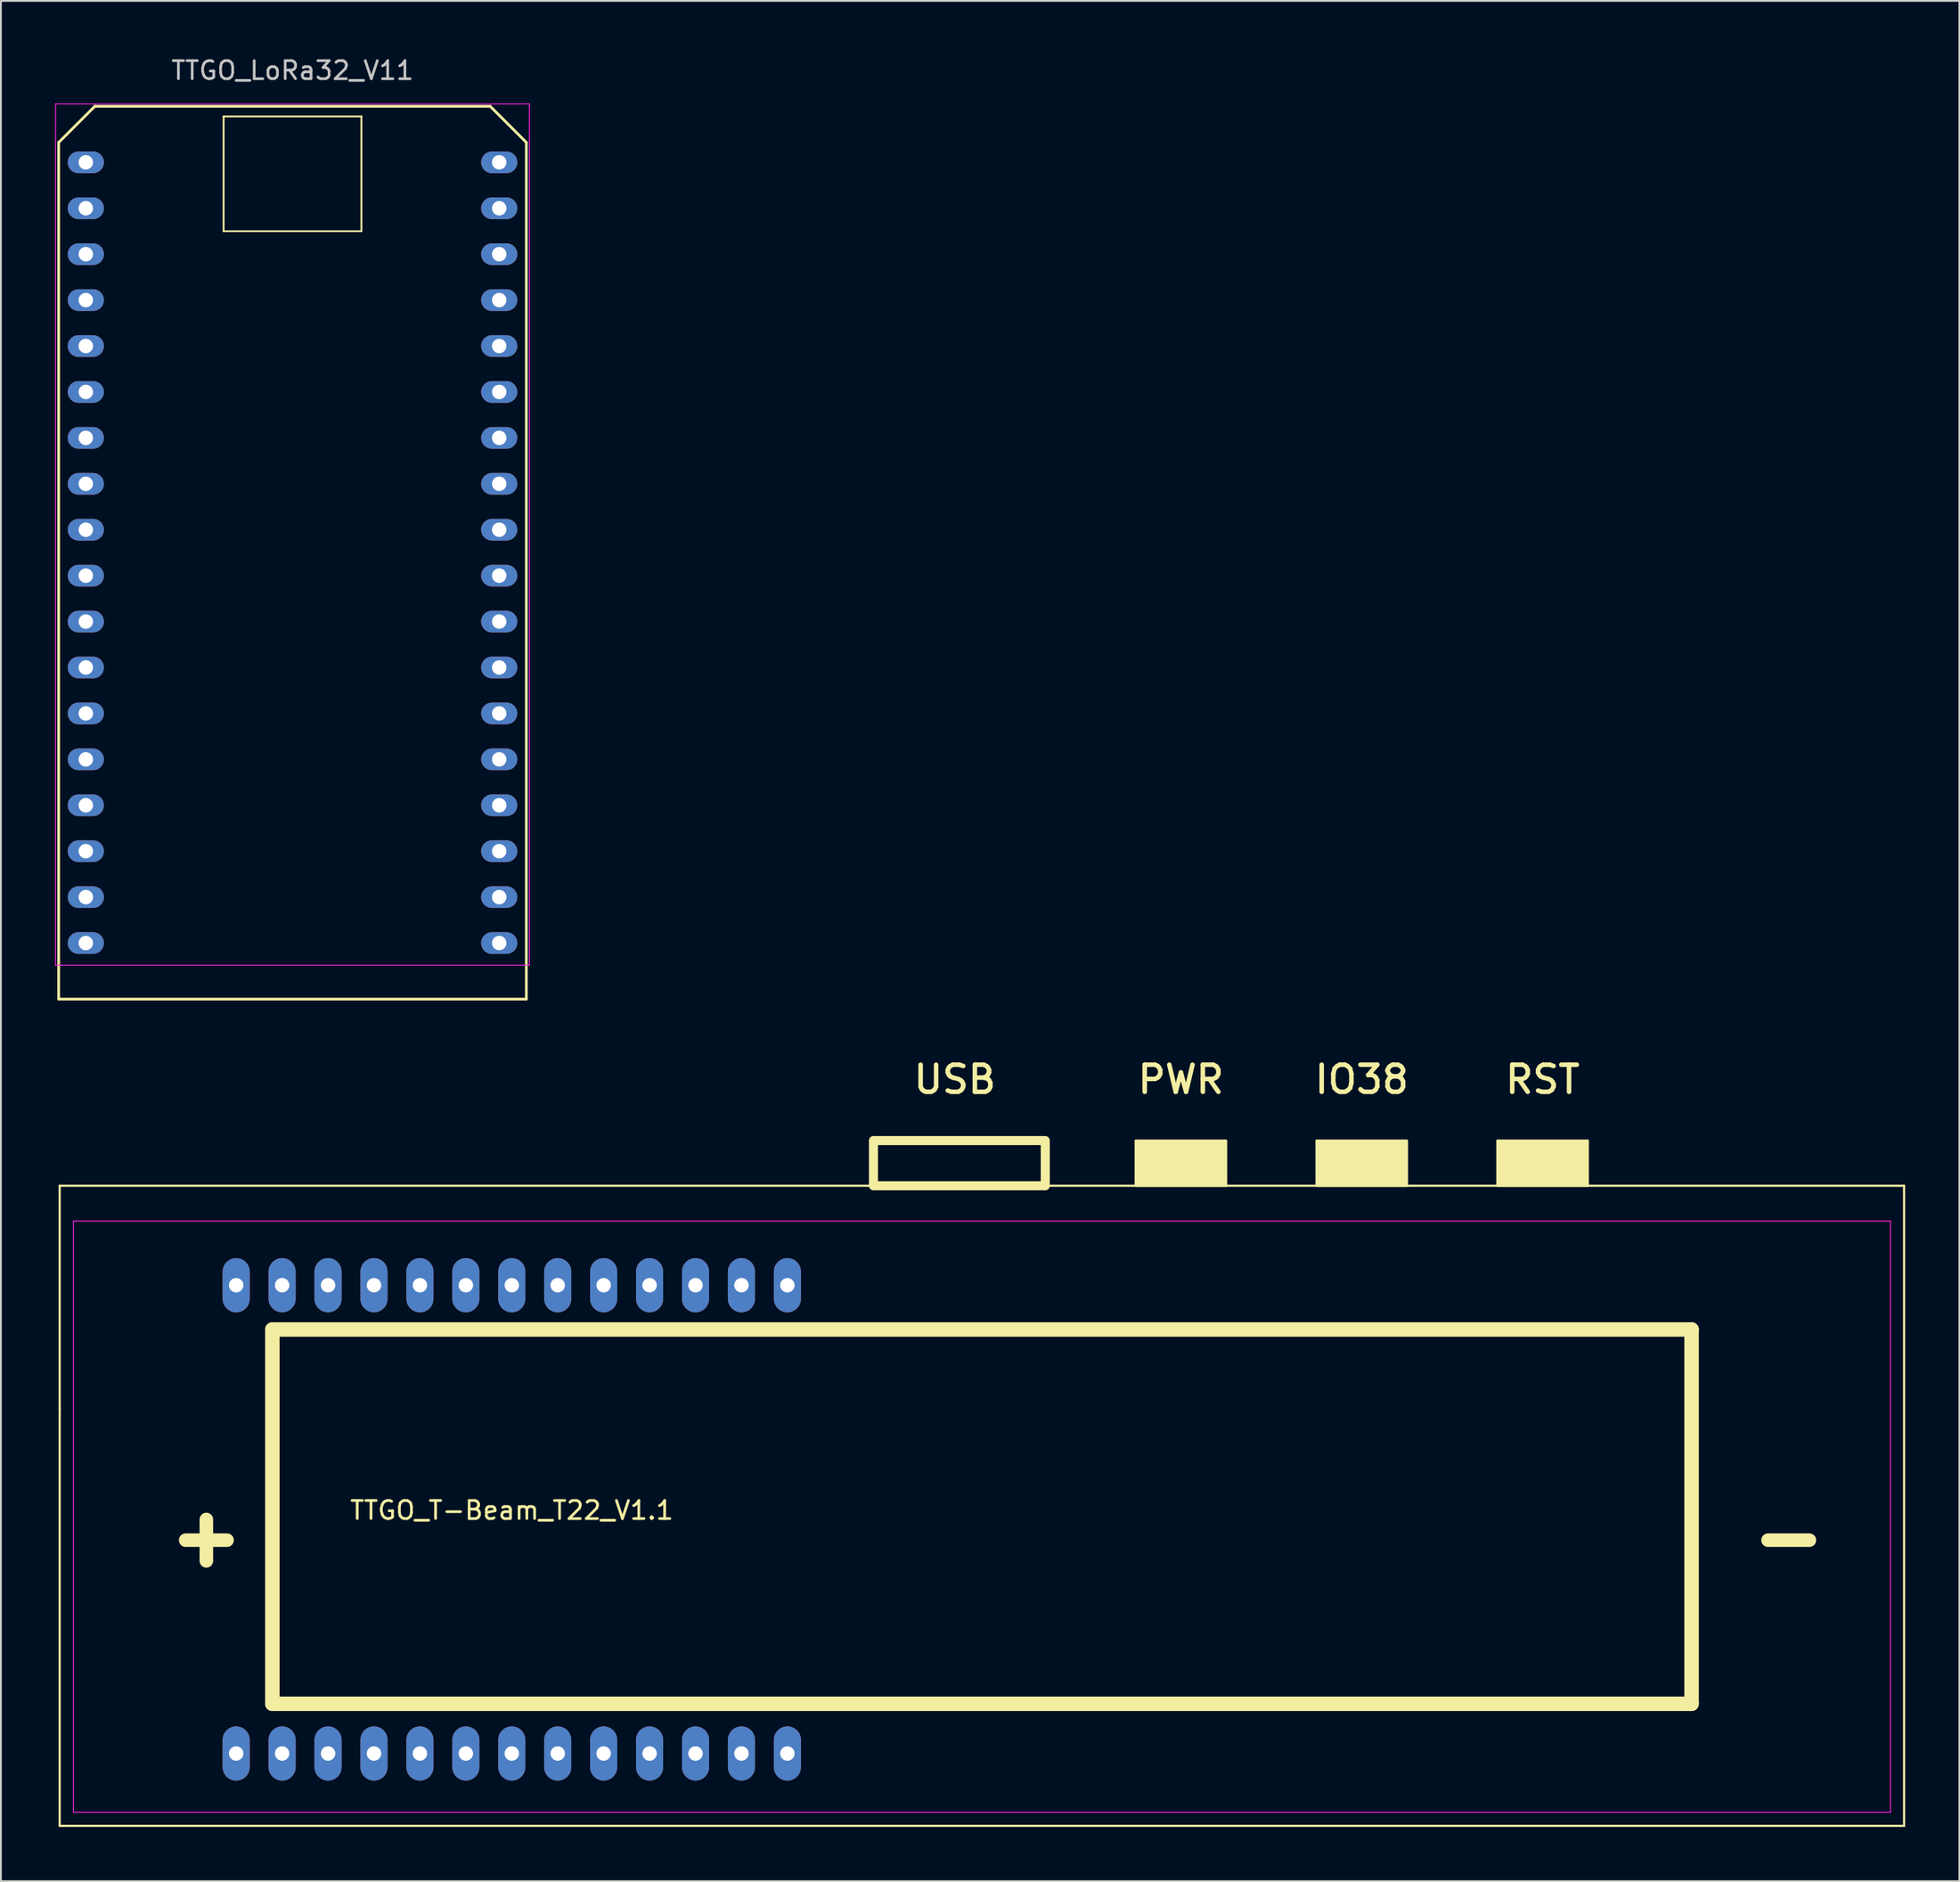
<source format=kicad_pcb>
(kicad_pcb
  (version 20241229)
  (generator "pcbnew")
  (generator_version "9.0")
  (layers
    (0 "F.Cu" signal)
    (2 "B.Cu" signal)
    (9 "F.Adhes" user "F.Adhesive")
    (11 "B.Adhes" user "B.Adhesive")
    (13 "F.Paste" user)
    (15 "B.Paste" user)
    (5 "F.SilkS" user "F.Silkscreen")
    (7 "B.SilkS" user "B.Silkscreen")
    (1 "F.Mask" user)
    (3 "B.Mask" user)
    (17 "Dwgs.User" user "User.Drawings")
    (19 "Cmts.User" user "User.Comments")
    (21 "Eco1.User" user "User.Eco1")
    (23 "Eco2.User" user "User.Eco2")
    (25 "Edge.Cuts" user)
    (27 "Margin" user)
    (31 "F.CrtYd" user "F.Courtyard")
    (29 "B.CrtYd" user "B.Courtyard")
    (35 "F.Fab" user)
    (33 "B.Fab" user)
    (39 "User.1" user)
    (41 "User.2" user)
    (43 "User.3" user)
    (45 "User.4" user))
  (footprint "TTGO_LoRa32_V11"
    (layer "F.Cu")
    (at 13.125 26.248)
    (property "Reference" "TTGO_LoRa32_V11" (at 0 -25.4 0) (layer "Dwgs.User") (effects (font (size 1 1) (thickness 0.15))))
    (attr through_hole)
    (fp_line (start -12.93 25.96) (end 12.93 25.96) (stroke (width 0.15) (type solid)) (layer "F.SilkS"))
    (fp_line (start -12.93 -21.42) (end -12.93 25.96) (stroke (width 0.15) (type solid)) (layer "F.SilkS"))
    (fp_line (start -10.93 -23.42) (end -12.93 -21.42) (stroke (width 0.15) (type solid)) (layer "F.SilkS"))
    (fp_line (start -3.81 -22.86) (end 3.81 -22.86) (stroke (width 0.1) (type solid)) (layer "F.SilkS"))
    (fp_line (start -3.81 -16.51) (end -3.81 -22.86) (stroke (width 0.1) (type solid)) (layer "F.SilkS"))
    (fp_line (start 3.81 -22.86) (end 3.81 -16.51) (stroke (width 0.1) (type solid)) (layer "F.SilkS"))
    (fp_line (start 3.81 -16.51) (end -3.81 -16.51) (stroke (width 0.1) (type solid)) (layer "F.SilkS"))
    (fp_line (start 10.93 -23.42) (end -10.93 -23.42) (stroke (width 0.15) (type solid)) (layer "F.SilkS"))
    (fp_line (start 10.93 -23.42) (end 12.93 -21.42) (stroke (width 0.15) (type solid)) (layer "F.SilkS"))
    (fp_line (start 12.93 25.96) (end 12.93 -21.42) (stroke (width 0.15) (type solid)) (layer "F.SilkS"))
    (fp_line (start -13.1 -23.55) (end 13.1 -23.55) (stroke (width 0.05) (type solid)) (layer "F.CrtYd"))
    (fp_line (start -13.1 24.09) (end -13.1 -23.55) (stroke (width 0.05) (type solid)) (layer "F.CrtYd"))
    (fp_line (start 13.1 -23.55) (end 13.1 24.09) (stroke (width 0.05) (type solid)) (layer "F.CrtYd"))
    (fp_line (start 13.1 24.09) (end -13.1 24.09) (stroke (width 0.05) (type solid)) (layer "F.CrtYd"))
    (pad "1" thru_hole oval (at -11.43 -20.32 270) (size 1.2 2) (drill 0.8) (layers "*.Cu" "*.Mask"))
    (pad "2" thru_hole oval (at -11.43 -17.78 270) (size 1.2 2) (drill 0.8) (layers "*.Cu" "*.Mask"))
    (pad "3" thru_hole oval (at -11.43 -15.24 270) (size 1.2 2) (drill 0.8) (layers "*.Cu" "*.Mask"))
    (pad "4" thru_hole oval (at -11.43 -12.7 270) (size 1.2 2) (drill 0.8) (layers "*.Cu" "*.Mask"))
    (pad "5" thru_hole oval (at -11.43 -10.16 270) (size 1.2 2) (drill 0.8) (layers "*.Cu" "*.Mask"))
    (pad "6" thru_hole oval (at -11.43 -7.62 270) (size 1.2 2) (drill 0.8) (layers "*.Cu" "*.Mask"))
    (pad "7" thru_hole oval (at -11.43 -5.08 270) (size 1.2 2) (drill 0.8) (layers "*.Cu" "*.Mask"))
    (pad "8" thru_hole oval (at -11.43 -2.54 270) (size 1.2 2) (drill 0.8) (layers "*.Cu" "*.Mask"))
    (pad "9" thru_hole oval (at -11.43 0 270) (size 1.2 2) (drill 0.8) (layers "*.Cu" "*.Mask"))
    (pad "10" thru_hole oval (at -11.43 2.54 270) (size 1.2 2) (drill 0.8) (layers "*.Cu" "*.Mask"))
    (pad "11" thru_hole oval (at -11.43 5.08 270) (size 1.2 2) (drill 0.8) (layers "*.Cu" "*.Mask"))
    (pad "12" thru_hole oval (at -11.43 7.62 270) (size 1.2 2) (drill 0.8) (layers "*.Cu" "*.Mask"))
    (pad "13" thru_hole oval (at -11.43 10.16 270) (size 1.2 2) (drill 0.8) (layers "*.Cu" "*.Mask"))
    (pad "14" thru_hole oval (at -11.43 12.7 270) (size 1.2 2) (drill 0.8) (layers "*.Cu" "*.Mask"))
    (pad "15" thru_hole oval (at -11.43 15.24 270) (size 1.2 2) (drill 0.8) (layers "*.Cu" "*.Mask"))
    (pad "16" thru_hole oval (at -11.43 17.78 270) (size 1.2 2) (drill 0.8) (layers "*.Cu" "*.Mask"))
    (pad "17" thru_hole oval (at -11.43 20.32 270) (size 1.2 2) (drill 0.8) (layers "*.Cu" "*.Mask"))
    (pad "18" thru_hole oval (at -11.43 22.86 270) (size 1.2 2) (drill 0.8) (layers "*.Cu" "*.Mask"))
    (pad "19" thru_hole oval (at 11.43 22.86 270) (size 1.2 2) (drill 0.8) (layers "*.Cu" "*.Mask"))
    (pad "20" thru_hole oval (at 11.43 20.32 270) (size 1.2 2) (drill 0.8) (layers "*.Cu" "*.Mask"))
    (pad "21" thru_hole oval (at 11.43 17.78 270) (size 1.2 2) (drill 0.8) (layers "*.Cu" "*.Mask"))
    (pad "22" thru_hole oval (at 11.43 15.24 270) (size 1.2 2) (drill 0.8) (layers "*.Cu" "*.Mask"))
    (pad "23" thru_hole oval (at 11.43 12.7 270) (size 1.2 2) (drill 0.8) (layers "*.Cu" "*.Mask"))
    (pad "24" thru_hole oval (at 11.43 10.16 270) (size 1.2 2) (drill 0.8) (layers "*.Cu" "*.Mask"))
    (pad "25" thru_hole oval (at 11.43 7.62 270) (size 1.2 2) (drill 0.8) (layers "*.Cu" "*.Mask"))
    (pad "26" thru_hole oval (at 11.43 5.08 270) (size 1.2 2) (drill 0.8) (layers "*.Cu" "*.Mask"))
    (pad "27" thru_hole oval (at 11.43 2.54 270) (size 1.2 2) (drill 0.8) (layers "*.Cu" "*.Mask"))
    (pad "28" thru_hole oval (at 11.43 0 270) (size 1.2 2) (drill 0.8) (layers "*.Cu" "*.Mask"))
    (pad "29" thru_hole oval (at 11.43 -2.54 270) (size 1.2 2) (drill 0.8) (layers "*.Cu" "*.Mask"))
    (pad "30" thru_hole oval (at 11.43 -5.08 270) (size 1.2 2) (drill 0.8) (layers "*.Cu" "*.Mask"))
    (pad "31" thru_hole oval (at 11.43 -7.62 270) (size 1.2 2) (drill 0.8) (layers "*.Cu" "*.Mask"))
    (pad "32" thru_hole oval (at 11.43 -10.16 270) (size 1.2 2) (drill 0.8) (layers "*.Cu" "*.Mask"))
    (pad "33" thru_hole oval (at 11.43 -12.7 270) (size 1.2 2) (drill 0.8) (layers "*.Cu" "*.Mask"))
    (pad "34" thru_hole oval (at 11.43 -15.24 270) (size 1.2 2) (drill 0.8) (layers "*.Cu" "*.Mask"))
    (pad "35" thru_hole oval (at 11.43 -17.78 270) (size 1.2 2) (drill 0.8) (layers "*.Cu" "*.Mask"))
    (pad "36" thru_hole oval (at 11.43 -20.32 270) (size 1.2 2) (drill 0.8) (layers "*.Cu" "*.Mask")))
  (footprint "TTGO_T-Beam_T22_V1.1"
    (layer "F.Cu")
    (at 0.25 62.533)
    (property "Reference" "TTGO_T-Beam_T22_V1.1" (at 25 17.95 0) (unlocked yes) (layer "F.SilkS") (effects (font (size 1 1) (thickness 0.15))))
    (attr through_hole)
    (fp_line (start 0 0) (end 0 12.3) (stroke (width 0.12) (type default)) (layer "F.SilkS"))
    (fp_line (start 0 12.3) (end 0 35.4) (stroke (width 0.12) (type default)) (layer "F.SilkS"))
    (fp_line (start 0 35.4) (end 101.99 35.4) (stroke (width 0.12) (type default)) (layer "F.SilkS"))
    (fp_line (start 11.76 7.95) (end 11.76 28.65) (stroke (width 0.8) (type default)) (layer "F.SilkS"))
    (fp_line (start 11.76 28.65) (end 90.24 28.65) (stroke (width 0.8) (type default)) (layer "F.SilkS"))
    (fp_line (start 90.24 7.95) (end 11.76 7.95) (stroke (width 0.8) (type default)) (layer "F.SilkS"))
    (fp_line (start 90.24 7.95) (end 90.24 28.65) (stroke (width 0.8) (type default)) (layer "F.SilkS"))
    (fp_line (start 101.99 0) (end 0 0) (stroke (width 0.12) (type default)) (layer "F.SilkS"))
    (fp_line (start 101.99 35.4) (end 101.99 0) (stroke (width 0.12) (type default)) (layer "F.SilkS"))
    (fp_rect (start 54.5 0) (end 45 -2.5) (stroke (width 0.5) (type solid)) (fill no) (layer "F.SilkS"))
    (fp_rect (start 64.5 0) (end 59.5 -2.5) (stroke (width 0.12) (type solid)) (fill yes) (layer "F.SilkS"))
    (fp_rect (start 74.5 0) (end 69.5 -2.5) (stroke (width 0.12) (type solid)) (fill yes) (layer "F.SilkS"))
    (fp_rect (start 84.5 0) (end 79.5 -2.5) (stroke (width 0.12) (type solid)) (fill yes) (layer "F.SilkS"))
    (fp_line (start 0.76 34.65) (end 0.76 1.95) (stroke (width 0.05) (type default)) (layer "F.CrtYd"))
    (fp_line (start 0.76 34.65) (end 101.24 34.65) (stroke (width 0.05) (type default)) (layer "F.CrtYd"))
    (fp_line (start 101.24 1.95) (end 0.76 1.95) (stroke (width 0.05) (type default)) (layer "F.CrtYd"))
    (fp_line (start 101.24 1.95) (end 101.24 34.65) (stroke (width 0.05) (type default)) (layer "F.CrtYd"))
    (fp_text user "USB" (at 49.5 -5 0) (unlocked yes) (layer "F.SilkS") (effects (font (size 1.5 1.5) (thickness 0.25) (bold yes)) (justify bottom)))
    (fp_text user "PWR" (at 62 -5 0) (unlocked yes) (layer "F.SilkS") (effects (font (size 1.5 1.5) (thickness 0.25) (bold yes)) (justify bottom)))
    (fp_text user "-" (at 93.26 21.15 0) (unlocked yes) (layer "F.SilkS") (effects (font (size 3 3) (thickness 0.75) (bold yes)) (justify left bottom)))
    (fp_text user "+" (at 5.76 21.15 0) (unlocked yes) (layer "F.SilkS") (effects (font (size 3 3) (thickness 0.75) (bold yes)) (justify left bottom)))
    (fp_text user "RST" (at 82 -5 0) (unlocked yes) (layer "F.SilkS") (effects (font (size 1.5 1.5) (thickness 0.25) (bold yes)) (justify bottom)))
    (fp_text user "IO38" (at 72 -5 0) (unlocked yes) (layer "F.SilkS") (effects (font (size 1.5 1.5) (thickness 0.25) (bold yes)) (justify bottom)))
    (pad "1" thru_hole oval (at 9.76 5.5) (size 1.5 3) (drill 0.8) (layers "*.Cu" "*.Mask"))
    (pad "2" thru_hole oval (at 12.3 5.5) (size 1.5 3) (drill 0.8) (layers "*.Cu" "*.Mask"))
    (pad "3" thru_hole oval (at 14.84 5.5) (size 1.5 3) (drill 0.8) (layers "*.Cu" "*.Mask"))
    (pad "4" thru_hole oval (at 17.38 5.5) (size 1.5 3) (drill 0.8) (layers "*.Cu" "*.Mask"))
    (pad "5" thru_hole oval (at 19.92 5.5) (size 1.5 3) (drill 0.8) (layers "*.Cu" "*.Mask"))
    (pad "6" thru_hole oval (at 22.46 5.5) (size 1.5 3) (drill 0.8) (layers "*.Cu" "*.Mask"))
    (pad "7" thru_hole oval (at 25 5.5) (size 1.5 3) (drill 0.8) (layers "*.Cu" "*.Mask"))
    (pad "8" thru_hole oval (at 27.54 5.5) (size 1.5 3) (drill 0.8) (layers "*.Cu" "*.Mask"))
    (pad "9" thru_hole oval (at 30.08 5.5) (size 1.5 3) (drill 0.8) (layers "*.Cu" "*.Mask"))
    (pad "10" thru_hole oval (at 32.62 5.5) (size 1.5 3) (drill 0.8) (layers "*.Cu" "*.Mask"))
    (pad "11" thru_hole oval (at 35.16 5.5) (size 1.5 3) (drill 0.8) (layers "*.Cu" "*.Mask"))
    (pad "12" thru_hole oval (at 37.7 5.5) (size 1.5 3) (drill 0.8) (layers "*.Cu" "*.Mask"))
    (pad "13" thru_hole oval (at 40.24 5.5) (size 1.5 3) (drill 0.8) (layers "*.Cu" "*.Mask"))
    (pad "14" thru_hole oval (at 40.24 31.4) (size 1.5 3) (drill 0.8) (layers "*.Cu" "*.Mask"))
    (pad "15" thru_hole oval (at 37.7 31.4) (size 1.5 3) (drill 0.8) (layers "*.Cu" "*.Mask"))
    (pad "16" thru_hole oval (at 35.16 31.4) (size 1.5 3) (drill 0.8) (layers "*.Cu" "*.Mask"))
    (pad "17" thru_hole oval (at 32.62 31.4) (size 1.5 3) (drill 0.8) (layers "*.Cu" "*.Mask"))
    (pad "18" thru_hole oval (at 30.08 31.4) (size 1.5 3) (drill 0.8) (layers "*.Cu" "*.Mask"))
    (pad "19" thru_hole oval (at 27.54 31.4) (size 1.5 3) (drill 0.8) (layers "*.Cu" "*.Mask"))
    (pad "20" thru_hole oval (at 25 31.4) (size 1.5 3) (drill 0.8) (layers "*.Cu" "*.Mask"))
    (pad "21" thru_hole oval (at 22.46 31.4) (size 1.5 3) (drill 0.8) (layers "*.Cu" "*.Mask"))
    (pad "22" thru_hole oval (at 19.92 31.4) (size 1.5 3) (drill 0.8) (layers "*.Cu" "*.Mask"))
    (pad "23" thru_hole oval (at 17.38 31.4) (size 1.5 3) (drill 0.8) (layers "*.Cu" "*.Mask"))
    (pad "24" thru_hole oval (at 14.84 31.4) (size 1.5 3) (drill 0.8) (layers "*.Cu" "*.Mask"))
    (pad "25" thru_hole oval (at 12.3 31.4) (size 1.5 3) (drill 0.8) (layers "*.Cu" "*.Mask"))
    (pad "26" thru_hole oval (at 9.76 31.4) (size 1.5 3) (drill 0.8) (layers "*.Cu" "*.Mask")))
  (gr_rect
    (start -3 -3)
    (end 105.3 100.993)
    (stroke (width 0.1) (type default))
    (fill no)
    (layer "Edge.Cuts")))
</source>
